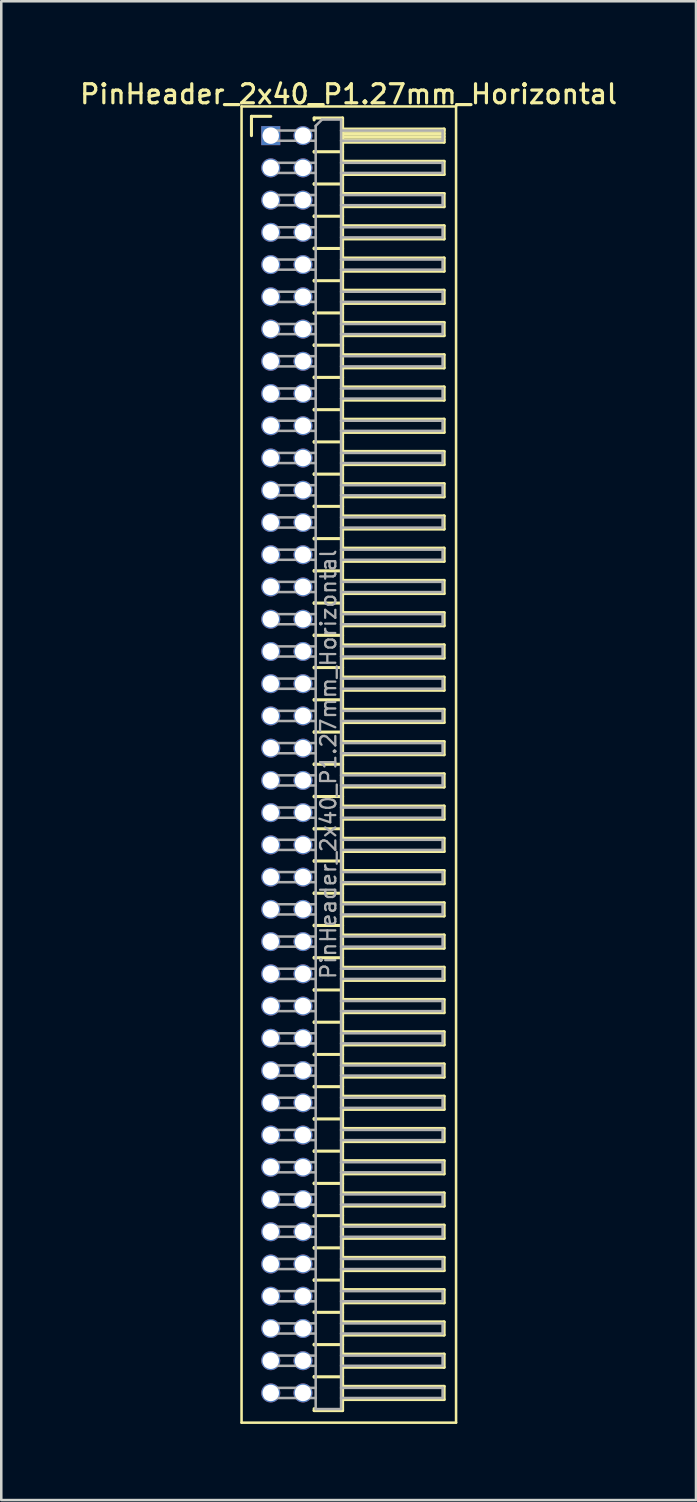
<source format=kicad_pcb>
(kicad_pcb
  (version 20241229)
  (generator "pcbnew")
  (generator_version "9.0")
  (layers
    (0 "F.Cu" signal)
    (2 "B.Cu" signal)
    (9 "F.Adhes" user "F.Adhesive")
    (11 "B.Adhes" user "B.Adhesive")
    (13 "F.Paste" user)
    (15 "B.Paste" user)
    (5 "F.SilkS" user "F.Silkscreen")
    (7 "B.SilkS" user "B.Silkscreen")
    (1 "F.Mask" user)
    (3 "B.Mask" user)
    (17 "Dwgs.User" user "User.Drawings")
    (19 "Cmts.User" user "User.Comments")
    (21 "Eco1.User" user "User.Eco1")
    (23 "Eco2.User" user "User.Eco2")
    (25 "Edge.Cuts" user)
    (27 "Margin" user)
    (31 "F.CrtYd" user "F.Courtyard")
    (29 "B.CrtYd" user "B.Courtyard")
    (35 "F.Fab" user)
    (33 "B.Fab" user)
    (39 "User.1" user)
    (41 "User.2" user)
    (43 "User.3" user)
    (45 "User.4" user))
  (footprint "PinHeader_2x40_P1.27mm_Horizontal"
    (layer "F.Cu")
    (at 7.616 2.293)
    (property "Reference" "PinHeader_2x40_P1.27mm_Horizontal" (at 3.067 -1.635 0) (layer "F.SilkS") (effects (font (size 0.75 0.75) (thickness 0.125))))
    (attr through_hole)
    (fp_line (start -1.15 -1.15) (end -1.15 50.7) (stroke (width 0.1) (type solid)) (layer "F.SilkS"))
    (fp_line (start -1.15 50.7) (end 7.3 50.7) (stroke (width 0.1) (type solid)) (layer "F.SilkS"))
    (fp_line (start -0.76 -0.76) (end 0 -0.76) (stroke (width 0.12) (type solid)) (layer "F.SilkS"))
    (fp_line (start -0.76 0) (end -0.76 -0.76) (stroke (width 0.12) (type solid)) (layer "F.SilkS"))
    (fp_line (start 1.71 -0.695) (end 2.83 -0.695) (stroke (width 0.12) (type solid)) (layer "F.SilkS"))
    (fp_line (start 1.71 -0.62) (end 1.71 -0.695) (stroke (width 0.12) (type solid)) (layer "F.SilkS"))
    (fp_line (start 1.71 0.62) (end 1.71 0.65) (stroke (width 0.12) (type solid)) (layer "F.SilkS"))
    (fp_line (start 1.71 0.635) (end 2.83 0.635) (stroke (width 0.12) (type solid)) (layer "F.SilkS"))
    (fp_line (start 1.71 1.89) (end 1.71 1.92) (stroke (width 0.12) (type solid)) (layer "F.SilkS"))
    (fp_line (start 1.71 1.905) (end 2.83 1.905) (stroke (width 0.12) (type solid)) (layer "F.SilkS"))
    (fp_line (start 1.71 3.16) (end 1.71 3.19) (stroke (width 0.12) (type solid)) (layer "F.SilkS"))
    (fp_line (start 1.71 3.175) (end 2.83 3.175) (stroke (width 0.12) (type solid)) (layer "F.SilkS"))
    (fp_line (start 1.71 4.43) (end 1.71 4.46) (stroke (width 0.12) (type solid)) (layer "F.SilkS"))
    (fp_line (start 1.71 4.445) (end 2.83 4.445) (stroke (width 0.12) (type solid)) (layer "F.SilkS"))
    (fp_line (start 1.71 5.7) (end 1.71 5.73) (stroke (width 0.12) (type solid)) (layer "F.SilkS"))
    (fp_line (start 1.71 5.715) (end 2.83 5.715) (stroke (width 0.12) (type solid)) (layer "F.SilkS"))
    (fp_line (start 1.71 6.97) (end 1.71 7) (stroke (width 0.12) (type solid)) (layer "F.SilkS"))
    (fp_line (start 1.71 6.985) (end 2.83 6.985) (stroke (width 0.12) (type solid)) (layer "F.SilkS"))
    (fp_line (start 1.71 8.24) (end 1.71 8.27) (stroke (width 0.12) (type solid)) (layer "F.SilkS"))
    (fp_line (start 1.71 8.255) (end 2.83 8.255) (stroke (width 0.12) (type solid)) (layer "F.SilkS"))
    (fp_line (start 1.71 9.51) (end 1.71 9.54) (stroke (width 0.12) (type solid)) (layer "F.SilkS"))
    (fp_line (start 1.71 9.525) (end 2.83 9.525) (stroke (width 0.12) (type solid)) (layer "F.SilkS"))
    (fp_line (start 1.71 10.78) (end 1.71 10.81) (stroke (width 0.12) (type solid)) (layer "F.SilkS"))
    (fp_line (start 1.71 10.795) (end 2.83 10.795) (stroke (width 0.12) (type solid)) (layer "F.SilkS"))
    (fp_line (start 1.71 12.05) (end 1.71 12.08) (stroke (width 0.12) (type solid)) (layer "F.SilkS"))
    (fp_line (start 1.71 12.065) (end 2.83 12.065) (stroke (width 0.12) (type solid)) (layer "F.SilkS"))
    (fp_line (start 1.71 13.32) (end 1.71 13.35) (stroke (width 0.12) (type solid)) (layer "F.SilkS"))
    (fp_line (start 1.71 13.335) (end 2.83 13.335) (stroke (width 0.12) (type solid)) (layer "F.SilkS"))
    (fp_line (start 1.71 14.59) (end 1.71 14.62) (stroke (width 0.12) (type solid)) (layer "F.SilkS"))
    (fp_line (start 1.71 14.605) (end 2.83 14.605) (stroke (width 0.12) (type solid)) (layer "F.SilkS"))
    (fp_line (start 1.71 15.86) (end 1.71 15.89) (stroke (width 0.12) (type solid)) (layer "F.SilkS"))
    (fp_line (start 1.71 15.875) (end 2.83 15.875) (stroke (width 0.12) (type solid)) (layer "F.SilkS"))
    (fp_line (start 1.71 17.13) (end 1.71 17.16) (stroke (width 0.12) (type solid)) (layer "F.SilkS"))
    (fp_line (start 1.71 17.145) (end 2.83 17.145) (stroke (width 0.12) (type solid)) (layer "F.SilkS"))
    (fp_line (start 1.71 18.4) (end 1.71 18.43) (stroke (width 0.12) (type solid)) (layer "F.SilkS"))
    (fp_line (start 1.71 18.415) (end 2.83 18.415) (stroke (width 0.12) (type solid)) (layer "F.SilkS"))
    (fp_line (start 1.71 19.67) (end 1.71 19.7) (stroke (width 0.12) (type solid)) (layer "F.SilkS"))
    (fp_line (start 1.71 19.685) (end 2.83 19.685) (stroke (width 0.12) (type solid)) (layer "F.SilkS"))
    (fp_line (start 1.71 20.94) (end 1.71 20.97) (stroke (width 0.12) (type solid)) (layer "F.SilkS"))
    (fp_line (start 1.71 20.955) (end 2.83 20.955) (stroke (width 0.12) (type solid)) (layer "F.SilkS"))
    (fp_line (start 1.71 22.21) (end 1.71 22.24) (stroke (width 0.12) (type solid)) (layer "F.SilkS"))
    (fp_line (start 1.71 22.225) (end 2.83 22.225) (stroke (width 0.12) (type solid)) (layer "F.SilkS"))
    (fp_line (start 1.71 23.48) (end 1.71 23.51) (stroke (width 0.12) (type solid)) (layer "F.SilkS"))
    (fp_line (start 1.71 23.495) (end 2.83 23.495) (stroke (width 0.12) (type solid)) (layer "F.SilkS"))
    (fp_line (start 1.71 24.75) (end 1.71 24.78) (stroke (width 0.12) (type solid)) (layer "F.SilkS"))
    (fp_line (start 1.71 24.765) (end 2.83 24.765) (stroke (width 0.12) (type solid)) (layer "F.SilkS"))
    (fp_line (start 1.71 26.02) (end 1.71 26.05) (stroke (width 0.12) (type solid)) (layer "F.SilkS"))
    (fp_line (start 1.71 26.035) (end 2.83 26.035) (stroke (width 0.12) (type solid)) (layer "F.SilkS"))
    (fp_line (start 1.71 27.29) (end 1.71 27.32) (stroke (width 0.12) (type solid)) (layer "F.SilkS"))
    (fp_line (start 1.71 27.305) (end 2.83 27.305) (stroke (width 0.12) (type solid)) (layer "F.SilkS"))
    (fp_line (start 1.71 28.56) (end 1.71 28.59) (stroke (width 0.12) (type solid)) (layer "F.SilkS"))
    (fp_line (start 1.71 28.575) (end 2.83 28.575) (stroke (width 0.12) (type solid)) (layer "F.SilkS"))
    (fp_line (start 1.71 29.83) (end 1.71 29.86) (stroke (width 0.12) (type solid)) (layer "F.SilkS"))
    (fp_line (start 1.71 29.845) (end 2.83 29.845) (stroke (width 0.12) (type solid)) (layer "F.SilkS"))
    (fp_line (start 1.71 31.1) (end 1.71 31.13) (stroke (width 0.12) (type solid)) (layer "F.SilkS"))
    (fp_line (start 1.71 31.115) (end 2.83 31.115) (stroke (width 0.12) (type solid)) (layer "F.SilkS"))
    (fp_line (start 1.71 32.37) (end 1.71 32.4) (stroke (width 0.12) (type solid)) (layer "F.SilkS"))
    (fp_line (start 1.71 32.385) (end 2.83 32.385) (stroke (width 0.12) (type solid)) (layer "F.SilkS"))
    (fp_line (start 1.71 33.64) (end 1.71 33.67) (stroke (width 0.12) (type solid)) (layer "F.SilkS"))
    (fp_line (start 1.71 33.655) (end 2.83 33.655) (stroke (width 0.12) (type solid)) (layer "F.SilkS"))
    (fp_line (start 1.71 34.91) (end 1.71 34.94) (stroke (width 0.12) (type solid)) (layer "F.SilkS"))
    (fp_line (start 1.71 34.925) (end 2.83 34.925) (stroke (width 0.12) (type solid)) (layer "F.SilkS"))
    (fp_line (start 1.71 36.18) (end 1.71 36.21) (stroke (width 0.12) (type solid)) (layer "F.SilkS"))
    (fp_line (start 1.71 36.195) (end 2.83 36.195) (stroke (width 0.12) (type solid)) (layer "F.SilkS"))
    (fp_line (start 1.71 37.45) (end 1.71 37.48) (stroke (width 0.12) (type solid)) (layer "F.SilkS"))
    (fp_line (start 1.71 37.465) (end 2.83 37.465) (stroke (width 0.12) (type solid)) (layer "F.SilkS"))
    (fp_line (start 1.71 38.72) (end 1.71 38.75) (stroke (width 0.12) (type solid)) (layer "F.SilkS"))
    (fp_line (start 1.71 38.735) (end 2.83 38.735) (stroke (width 0.12) (type solid)) (layer "F.SilkS"))
    (fp_line (start 1.71 39.99) (end 1.71 40.02) (stroke (width 0.12) (type solid)) (layer "F.SilkS"))
    (fp_line (start 1.71 40.005) (end 2.83 40.005) (stroke (width 0.12) (type solid)) (layer "F.SilkS"))
    (fp_line (start 1.71 41.26) (end 1.71 41.29) (stroke (width 0.12) (type solid)) (layer "F.SilkS"))
    (fp_line (start 1.71 41.275) (end 2.83 41.275) (stroke (width 0.12) (type solid)) (layer "F.SilkS"))
    (fp_line (start 1.71 42.53) (end 1.71 42.56) (stroke (width 0.12) (type solid)) (layer "F.SilkS"))
    (fp_line (start 1.71 42.545) (end 2.83 42.545) (stroke (width 0.12) (type solid)) (layer "F.SilkS"))
    (fp_line (start 1.71 43.8) (end 1.71 43.83) (stroke (width 0.12) (type solid)) (layer "F.SilkS"))
    (fp_line (start 1.71 43.815) (end 2.83 43.815) (stroke (width 0.12) (type solid)) (layer "F.SilkS"))
    (fp_line (start 1.71 45.07) (end 1.71 45.1) (stroke (width 0.12) (type solid)) (layer "F.SilkS"))
    (fp_line (start 1.71 45.085) (end 2.83 45.085) (stroke (width 0.12) (type solid)) (layer "F.SilkS"))
    (fp_line (start 1.71 46.34) (end 1.71 46.37) (stroke (width 0.12) (type solid)) (layer "F.SilkS"))
    (fp_line (start 1.71 46.355) (end 2.83 46.355) (stroke (width 0.12) (type solid)) (layer "F.SilkS"))
    (fp_line (start 1.71 47.61) (end 1.71 47.64) (stroke (width 0.12) (type solid)) (layer "F.SilkS"))
    (fp_line (start 1.71 47.625) (end 2.83 47.625) (stroke (width 0.12) (type solid)) (layer "F.SilkS"))
    (fp_line (start 1.71 48.88) (end 1.71 48.91) (stroke (width 0.12) (type solid)) (layer "F.SilkS"))
    (fp_line (start 1.71 48.895) (end 2.83 48.895) (stroke (width 0.12) (type solid)) (layer "F.SilkS"))
    (fp_line (start 1.71 50.225) (end 1.71 50.15) (stroke (width 0.12) (type solid)) (layer "F.SilkS"))
    (fp_line (start 2.83 -0.695) (end 2.83 50.225) (stroke (width 0.12) (type solid)) (layer "F.SilkS"))
    (fp_line (start 2.83 -0.26) (end 6.83 -0.26) (stroke (width 0.12) (type solid)) (layer "F.SilkS"))
    (fp_line (start 2.83 -0.2) (end 6.83 -0.2) (stroke (width 0.12) (type solid)) (layer "F.SilkS"))
    (fp_line (start 2.83 -0.08) (end 6.83 -0.08) (stroke (width 0.12) (type solid)) (layer "F.SilkS"))
    (fp_line (start 2.83 0.04) (end 6.83 0.04) (stroke (width 0.12) (type solid)) (layer "F.SilkS"))
    (fp_line (start 2.83 0.16) (end 6.83 0.16) (stroke (width 0.12) (type solid)) (layer "F.SilkS"))
    (fp_line (start 2.83 1.01) (end 6.83 1.01) (stroke (width 0.12) (type solid)) (layer "F.SilkS"))
    (fp_line (start 2.83 2.28) (end 6.83 2.28) (stroke (width 0.12) (type solid)) (layer "F.SilkS"))
    (fp_line (start 2.83 3.55) (end 6.83 3.55) (stroke (width 0.12) (type solid)) (layer "F.SilkS"))
    (fp_line (start 2.83 4.82) (end 6.83 4.82) (stroke (width 0.12) (type solid)) (layer "F.SilkS"))
    (fp_line (start 2.83 6.09) (end 6.83 6.09) (stroke (width 0.12) (type solid)) (layer "F.SilkS"))
    (fp_line (start 2.83 7.36) (end 6.83 7.36) (stroke (width 0.12) (type solid)) (layer "F.SilkS"))
    (fp_line (start 2.83 8.63) (end 6.83 8.63) (stroke (width 0.12) (type solid)) (layer "F.SilkS"))
    (fp_line (start 2.83 9.9) (end 6.83 9.9) (stroke (width 0.12) (type solid)) (layer "F.SilkS"))
    (fp_line (start 2.83 11.17) (end 6.83 11.17) (stroke (width 0.12) (type solid)) (layer "F.SilkS"))
    (fp_line (start 2.83 12.44) (end 6.83 12.44) (stroke (width 0.12) (type solid)) (layer "F.SilkS"))
    (fp_line (start 2.83 13.71) (end 6.83 13.71) (stroke (width 0.12) (type solid)) (layer "F.SilkS"))
    (fp_line (start 2.83 14.98) (end 6.83 14.98) (stroke (width 0.12) (type solid)) (layer "F.SilkS"))
    (fp_line (start 2.83 16.25) (end 6.83 16.25) (stroke (width 0.12) (type solid)) (layer "F.SilkS"))
    (fp_line (start 2.83 17.52) (end 6.83 17.52) (stroke (width 0.12) (type solid)) (layer "F.SilkS"))
    (fp_line (start 2.83 18.79) (end 6.83 18.79) (stroke (width 0.12) (type solid)) (layer "F.SilkS"))
    (fp_line (start 2.83 20.06) (end 6.83 20.06) (stroke (width 0.12) (type solid)) (layer "F.SilkS"))
    (fp_line (start 2.83 21.33) (end 6.83 21.33) (stroke (width 0.12) (type solid)) (layer "F.SilkS"))
    (fp_line (start 2.83 22.6) (end 6.83 22.6) (stroke (width 0.12) (type solid)) (layer "F.SilkS"))
    (fp_line (start 2.83 23.87) (end 6.83 23.87) (stroke (width 0.12) (type solid)) (layer "F.SilkS"))
    (fp_line (start 2.83 25.14) (end 6.83 25.14) (stroke (width 0.12) (type solid)) (layer "F.SilkS"))
    (fp_line (start 2.83 26.41) (end 6.83 26.41) (stroke (width 0.12) (type solid)) (layer "F.SilkS"))
    (fp_line (start 2.83 27.68) (end 6.83 27.68) (stroke (width 0.12) (type solid)) (layer "F.SilkS"))
    (fp_line (start 2.83 28.95) (end 6.83 28.95) (stroke (width 0.12) (type solid)) (layer "F.SilkS"))
    (fp_line (start 2.83 30.22) (end 6.83 30.22) (stroke (width 0.12) (type solid)) (layer "F.SilkS"))
    (fp_line (start 2.83 31.49) (end 6.83 31.49) (stroke (width 0.12) (type solid)) (layer "F.SilkS"))
    (fp_line (start 2.83 32.76) (end 6.83 32.76) (stroke (width 0.12) (type solid)) (layer "F.SilkS"))
    (fp_line (start 2.83 34.03) (end 6.83 34.03) (stroke (width 0.12) (type solid)) (layer "F.SilkS"))
    (fp_line (start 2.83 35.3) (end 6.83 35.3) (stroke (width 0.12) (type solid)) (layer "F.SilkS"))
    (fp_line (start 2.83 36.57) (end 6.83 36.57) (stroke (width 0.12) (type solid)) (layer "F.SilkS"))
    (fp_line (start 2.83 37.84) (end 6.83 37.84) (stroke (width 0.12) (type solid)) (layer "F.SilkS"))
    (fp_line (start 2.83 39.11) (end 6.83 39.11) (stroke (width 0.12) (type solid)) (layer "F.SilkS"))
    (fp_line (start 2.83 40.38) (end 6.83 40.38) (stroke (width 0.12) (type solid)) (layer "F.SilkS"))
    (fp_line (start 2.83 41.65) (end 6.83 41.65) (stroke (width 0.12) (type solid)) (layer "F.SilkS"))
    (fp_line (start 2.83 42.92) (end 6.83 42.92) (stroke (width 0.12) (type solid)) (layer "F.SilkS"))
    (fp_line (start 2.83 44.19) (end 6.83 44.19) (stroke (width 0.12) (type solid)) (layer "F.SilkS"))
    (fp_line (start 2.83 45.46) (end 6.83 45.46) (stroke (width 0.12) (type solid)) (layer "F.SilkS"))
    (fp_line (start 2.83 46.73) (end 6.83 46.73) (stroke (width 0.12) (type solid)) (layer "F.SilkS"))
    (fp_line (start 2.83 48) (end 6.83 48) (stroke (width 0.12) (type solid)) (layer "F.SilkS"))
    (fp_line (start 2.83 49.27) (end 6.83 49.27) (stroke (width 0.12) (type solid)) (layer "F.SilkS"))
    (fp_line (start 2.83 50.225) (end 1.71 50.225) (stroke (width 0.12) (type solid)) (layer "F.SilkS"))
    (fp_line (start 6.83 -0.26) (end 6.83 0.26) (stroke (width 0.12) (type solid)) (layer "F.SilkS"))
    (fp_line (start 6.83 0.26) (end 2.83 0.26) (stroke (width 0.12) (type solid)) (layer "F.SilkS"))
    (fp_line (start 6.83 1.01) (end 6.83 1.53) (stroke (width 0.12) (type solid)) (layer "F.SilkS"))
    (fp_line (start 6.83 1.53) (end 2.83 1.53) (stroke (width 0.12) (type solid)) (layer "F.SilkS"))
    (fp_line (start 6.83 2.28) (end 6.83 2.8) (stroke (width 0.12) (type solid)) (layer "F.SilkS"))
    (fp_line (start 6.83 2.8) (end 2.83 2.8) (stroke (width 0.12) (type solid)) (layer "F.SilkS"))
    (fp_line (start 6.83 3.55) (end 6.83 4.07) (stroke (width 0.12) (type solid)) (layer "F.SilkS"))
    (fp_line (start 6.83 4.07) (end 2.83 4.07) (stroke (width 0.12) (type solid)) (layer "F.SilkS"))
    (fp_line (start 6.83 4.82) (end 6.83 5.34) (stroke (width 0.12) (type solid)) (layer "F.SilkS"))
    (fp_line (start 6.83 5.34) (end 2.83 5.34) (stroke (width 0.12) (type solid)) (layer "F.SilkS"))
    (fp_line (start 6.83 6.09) (end 6.83 6.61) (stroke (width 0.12) (type solid)) (layer "F.SilkS"))
    (fp_line (start 6.83 6.61) (end 2.83 6.61) (stroke (width 0.12) (type solid)) (layer "F.SilkS"))
    (fp_line (start 6.83 7.36) (end 6.83 7.88) (stroke (width 0.12) (type solid)) (layer "F.SilkS"))
    (fp_line (start 6.83 7.88) (end 2.83 7.88) (stroke (width 0.12) (type solid)) (layer "F.SilkS"))
    (fp_line (start 6.83 8.63) (end 6.83 9.15) (stroke (width 0.12) (type solid)) (layer "F.SilkS"))
    (fp_line (start 6.83 9.15) (end 2.83 9.15) (stroke (width 0.12) (type solid)) (layer "F.SilkS"))
    (fp_line (start 6.83 9.9) (end 6.83 10.42) (stroke (width 0.12) (type solid)) (layer "F.SilkS"))
    (fp_line (start 6.83 10.42) (end 2.83 10.42) (stroke (width 0.12) (type solid)) (layer "F.SilkS"))
    (fp_line (start 6.83 11.17) (end 6.83 11.69) (stroke (width 0.12) (type solid)) (layer "F.SilkS"))
    (fp_line (start 6.83 11.69) (end 2.83 11.69) (stroke (width 0.12) (type solid)) (layer "F.SilkS"))
    (fp_line (start 6.83 12.44) (end 6.83 12.96) (stroke (width 0.12) (type solid)) (layer "F.SilkS"))
    (fp_line (start 6.83 12.96) (end 2.83 12.96) (stroke (width 0.12) (type solid)) (layer "F.SilkS"))
    (fp_line (start 6.83 13.71) (end 6.83 14.23) (stroke (width 0.12) (type solid)) (layer "F.SilkS"))
    (fp_line (start 6.83 14.23) (end 2.83 14.23) (stroke (width 0.12) (type solid)) (layer "F.SilkS"))
    (fp_line (start 6.83 14.98) (end 6.83 15.5) (stroke (width 0.12) (type solid)) (layer "F.SilkS"))
    (fp_line (start 6.83 15.5) (end 2.83 15.5) (stroke (width 0.12) (type solid)) (layer "F.SilkS"))
    (fp_line (start 6.83 16.25) (end 6.83 16.77) (stroke (width 0.12) (type solid)) (layer "F.SilkS"))
    (fp_line (start 6.83 16.77) (end 2.83 16.77) (stroke (width 0.12) (type solid)) (layer "F.SilkS"))
    (fp_line (start 6.83 17.52) (end 6.83 18.04) (stroke (width 0.12) (type solid)) (layer "F.SilkS"))
    (fp_line (start 6.83 18.04) (end 2.83 18.04) (stroke (width 0.12) (type solid)) (layer "F.SilkS"))
    (fp_line (start 6.83 18.79) (end 6.83 19.31) (stroke (width 0.12) (type solid)) (layer "F.SilkS"))
    (fp_line (start 6.83 19.31) (end 2.83 19.31) (stroke (width 0.12) (type solid)) (layer "F.SilkS"))
    (fp_line (start 6.83 20.06) (end 6.83 20.58) (stroke (width 0.12) (type solid)) (layer "F.SilkS"))
    (fp_line (start 6.83 20.58) (end 2.83 20.58) (stroke (width 0.12) (type solid)) (layer "F.SilkS"))
    (fp_line (start 6.83 21.33) (end 6.83 21.85) (stroke (width 0.12) (type solid)) (layer "F.SilkS"))
    (fp_line (start 6.83 21.85) (end 2.83 21.85) (stroke (width 0.12) (type solid)) (layer "F.SilkS"))
    (fp_line (start 6.83 22.6) (end 6.83 23.12) (stroke (width 0.12) (type solid)) (layer "F.SilkS"))
    (fp_line (start 6.83 23.12) (end 2.83 23.12) (stroke (width 0.12) (type solid)) (layer "F.SilkS"))
    (fp_line (start 6.83 23.87) (end 6.83 24.39) (stroke (width 0.12) (type solid)) (layer "F.SilkS"))
    (fp_line (start 6.83 24.39) (end 2.83 24.39) (stroke (width 0.12) (type solid)) (layer "F.SilkS"))
    (fp_line (start 6.83 25.14) (end 6.83 25.66) (stroke (width 0.12) (type solid)) (layer "F.SilkS"))
    (fp_line (start 6.83 25.66) (end 2.83 25.66) (stroke (width 0.12) (type solid)) (layer "F.SilkS"))
    (fp_line (start 6.83 26.41) (end 6.83 26.93) (stroke (width 0.12) (type solid)) (layer "F.SilkS"))
    (fp_line (start 6.83 26.93) (end 2.83 26.93) (stroke (width 0.12) (type solid)) (layer "F.SilkS"))
    (fp_line (start 6.83 27.68) (end 6.83 28.2) (stroke (width 0.12) (type solid)) (layer "F.SilkS"))
    (fp_line (start 6.83 28.2) (end 2.83 28.2) (stroke (width 0.12) (type solid)) (layer "F.SilkS"))
    (fp_line (start 6.83 28.95) (end 6.83 29.47) (stroke (width 0.12) (type solid)) (layer "F.SilkS"))
    (fp_line (start 6.83 29.47) (end 2.83 29.47) (stroke (width 0.12) (type solid)) (layer "F.SilkS"))
    (fp_line (start 6.83 30.22) (end 6.83 30.74) (stroke (width 0.12) (type solid)) (layer "F.SilkS"))
    (fp_line (start 6.83 30.74) (end 2.83 30.74) (stroke (width 0.12) (type solid)) (layer "F.SilkS"))
    (fp_line (start 6.83 31.49) (end 6.83 32.01) (stroke (width 0.12) (type solid)) (layer "F.SilkS"))
    (fp_line (start 6.83 32.01) (end 2.83 32.01) (stroke (width 0.12) (type solid)) (layer "F.SilkS"))
    (fp_line (start 6.83 32.76) (end 6.83 33.28) (stroke (width 0.12) (type solid)) (layer "F.SilkS"))
    (fp_line (start 6.83 33.28) (end 2.83 33.28) (stroke (width 0.12) (type solid)) (layer "F.SilkS"))
    (fp_line (start 6.83 34.03) (end 6.83 34.55) (stroke (width 0.12) (type solid)) (layer "F.SilkS"))
    (fp_line (start 6.83 34.55) (end 2.83 34.55) (stroke (width 0.12) (type solid)) (layer "F.SilkS"))
    (fp_line (start 6.83 35.3) (end 6.83 35.82) (stroke (width 0.12) (type solid)) (layer "F.SilkS"))
    (fp_line (start 6.83 35.82) (end 2.83 35.82) (stroke (width 0.12) (type solid)) (layer "F.SilkS"))
    (fp_line (start 6.83 36.57) (end 6.83 37.09) (stroke (width 0.12) (type solid)) (layer "F.SilkS"))
    (fp_line (start 6.83 37.09) (end 2.83 37.09) (stroke (width 0.12) (type solid)) (layer "F.SilkS"))
    (fp_line (start 6.83 37.84) (end 6.83 38.36) (stroke (width 0.12) (type solid)) (layer "F.SilkS"))
    (fp_line (start 6.83 38.36) (end 2.83 38.36) (stroke (width 0.12) (type solid)) (layer "F.SilkS"))
    (fp_line (start 6.83 39.11) (end 6.83 39.63) (stroke (width 0.12) (type solid)) (layer "F.SilkS"))
    (fp_line (start 6.83 39.63) (end 2.83 39.63) (stroke (width 0.12) (type solid)) (layer "F.SilkS"))
    (fp_line (start 6.83 40.38) (end 6.83 40.9) (stroke (width 0.12) (type solid)) (layer "F.SilkS"))
    (fp_line (start 6.83 40.9) (end 2.83 40.9) (stroke (width 0.12) (type solid)) (layer "F.SilkS"))
    (fp_line (start 6.83 41.65) (end 6.83 42.17) (stroke (width 0.12) (type solid)) (layer "F.SilkS"))
    (fp_line (start 6.83 42.17) (end 2.83 42.17) (stroke (width 0.12) (type solid)) (layer "F.SilkS"))
    (fp_line (start 6.83 42.92) (end 6.83 43.44) (stroke (width 0.12) (type solid)) (layer "F.SilkS"))
    (fp_line (start 6.83 43.44) (end 2.83 43.44) (stroke (width 0.12) (type solid)) (layer "F.SilkS"))
    (fp_line (start 6.83 44.19) (end 6.83 44.71) (stroke (width 0.12) (type solid)) (layer "F.SilkS"))
    (fp_line (start 6.83 44.71) (end 2.83 44.71) (stroke (width 0.12) (type solid)) (layer "F.SilkS"))
    (fp_line (start 6.83 45.46) (end 6.83 45.98) (stroke (width 0.12) (type solid)) (layer "F.SilkS"))
    (fp_line (start 6.83 45.98) (end 2.83 45.98) (stroke (width 0.12) (type solid)) (layer "F.SilkS"))
    (fp_line (start 6.83 46.73) (end 6.83 47.25) (stroke (width 0.12) (type solid)) (layer "F.SilkS"))
    (fp_line (start 6.83 47.25) (end 2.83 47.25) (stroke (width 0.12) (type solid)) (layer "F.SilkS"))
    (fp_line (start 6.83 48) (end 6.83 48.52) (stroke (width 0.12) (type solid)) (layer "F.SilkS"))
    (fp_line (start 6.83 48.52) (end 2.83 48.52) (stroke (width 0.12) (type solid)) (layer "F.SilkS"))
    (fp_line (start 6.83 49.27) (end 6.83 49.79) (stroke (width 0.12) (type solid)) (layer "F.SilkS"))
    (fp_line (start 6.83 49.79) (end 2.83 49.79) (stroke (width 0.12) (type solid)) (layer "F.SilkS"))
    (fp_line (start 7.3 -1.15) (end -1.15 -1.15) (stroke (width 0.1) (type solid)) (layer "F.SilkS"))
    (fp_line (start 7.3 50.7) (end 7.3 -1.15) (stroke (width 0.1) (type solid)) (layer "F.SilkS"))
    (fp_line (start -0.2 -0.2) (end -0.2 0.2) (stroke (width 0.1) (type solid)) (layer "F.Fab"))
    (fp_line (start -0.2 -0.2) (end 1.77 -0.2) (stroke (width 0.1) (type solid)) (layer "F.Fab"))
    (fp_line (start -0.2 0.2) (end 1.77 0.2) (stroke (width 0.1) (type solid)) (layer "F.Fab"))
    (fp_line (start -0.2 1.07) (end -0.2 1.47) (stroke (width 0.1) (type solid)) (layer "F.Fab"))
    (fp_line (start -0.2 1.07) (end 1.77 1.07) (stroke (width 0.1) (type solid)) (layer "F.Fab"))
    (fp_line (start -0.2 1.47) (end 1.77 1.47) (stroke (width 0.1) (type solid)) (layer "F.Fab"))
    (fp_line (start -0.2 2.34) (end -0.2 2.74) (stroke (width 0.1) (type solid)) (layer "F.Fab"))
    (fp_line (start -0.2 2.34) (end 1.77 2.34) (stroke (width 0.1) (type solid)) (layer "F.Fab"))
    (fp_line (start -0.2 2.74) (end 1.77 2.74) (stroke (width 0.1) (type solid)) (layer "F.Fab"))
    (fp_line (start -0.2 3.61) (end -0.2 4.01) (stroke (width 0.1) (type solid)) (layer "F.Fab"))
    (fp_line (start -0.2 3.61) (end 1.77 3.61) (stroke (width 0.1) (type solid)) (layer "F.Fab"))
    (fp_line (start -0.2 4.01) (end 1.77 4.01) (stroke (width 0.1) (type solid)) (layer "F.Fab"))
    (fp_line (start -0.2 4.88) (end -0.2 5.28) (stroke (width 0.1) (type solid)) (layer "F.Fab"))
    (fp_line (start -0.2 4.88) (end 1.77 4.88) (stroke (width 0.1) (type solid)) (layer "F.Fab"))
    (fp_line (start -0.2 5.28) (end 1.77 5.28) (stroke (width 0.1) (type solid)) (layer "F.Fab"))
    (fp_line (start -0.2 6.15) (end -0.2 6.55) (stroke (width 0.1) (type solid)) (layer "F.Fab"))
    (fp_line (start -0.2 6.15) (end 1.77 6.15) (stroke (width 0.1) (type solid)) (layer "F.Fab"))
    (fp_line (start -0.2 6.55) (end 1.77 6.55) (stroke (width 0.1) (type solid)) (layer "F.Fab"))
    (fp_line (start -0.2 7.42) (end -0.2 7.82) (stroke (width 0.1) (type solid)) (layer "F.Fab"))
    (fp_line (start -0.2 7.42) (end 1.77 7.42) (stroke (width 0.1) (type solid)) (layer "F.Fab"))
    (fp_line (start -0.2 7.82) (end 1.77 7.82) (stroke (width 0.1) (type solid)) (layer "F.Fab"))
    (fp_line (start -0.2 8.69) (end -0.2 9.09) (stroke (width 0.1) (type solid)) (layer "F.Fab"))
    (fp_line (start -0.2 8.69) (end 1.77 8.69) (stroke (width 0.1) (type solid)) (layer "F.Fab"))
    (fp_line (start -0.2 9.09) (end 1.77 9.09) (stroke (width 0.1) (type solid)) (layer "F.Fab"))
    (fp_line (start -0.2 9.96) (end -0.2 10.36) (stroke (width 0.1) (type solid)) (layer "F.Fab"))
    (fp_line (start -0.2 9.96) (end 1.77 9.96) (stroke (width 0.1) (type solid)) (layer "F.Fab"))
    (fp_line (start -0.2 10.36) (end 1.77 10.36) (stroke (width 0.1) (type solid)) (layer "F.Fab"))
    (fp_line (start -0.2 11.23) (end -0.2 11.63) (stroke (width 0.1) (type solid)) (layer "F.Fab"))
    (fp_line (start -0.2 11.23) (end 1.77 11.23) (stroke (width 0.1) (type solid)) (layer "F.Fab"))
    (fp_line (start -0.2 11.63) (end 1.77 11.63) (stroke (width 0.1) (type solid)) (layer "F.Fab"))
    (fp_line (start -0.2 12.5) (end -0.2 12.9) (stroke (width 0.1) (type solid)) (layer "F.Fab"))
    (fp_line (start -0.2 12.5) (end 1.77 12.5) (stroke (width 0.1) (type solid)) (layer "F.Fab"))
    (fp_line (start -0.2 12.9) (end 1.77 12.9) (stroke (width 0.1) (type solid)) (layer "F.Fab"))
    (fp_line (start -0.2 13.77) (end -0.2 14.17) (stroke (width 0.1) (type solid)) (layer "F.Fab"))
    (fp_line (start -0.2 13.77) (end 1.77 13.77) (stroke (width 0.1) (type solid)) (layer "F.Fab"))
    (fp_line (start -0.2 14.17) (end 1.77 14.17) (stroke (width 0.1) (type solid)) (layer "F.Fab"))
    (fp_line (start -0.2 15.04) (end -0.2 15.44) (stroke (width 0.1) (type solid)) (layer "F.Fab"))
    (fp_line (start -0.2 15.04) (end 1.77 15.04) (stroke (width 0.1) (type solid)) (layer "F.Fab"))
    (fp_line (start -0.2 15.44) (end 1.77 15.44) (stroke (width 0.1) (type solid)) (layer "F.Fab"))
    (fp_line (start -0.2 16.31) (end -0.2 16.71) (stroke (width 0.1) (type solid)) (layer "F.Fab"))
    (fp_line (start -0.2 16.31) (end 1.77 16.31) (stroke (width 0.1) (type solid)) (layer "F.Fab"))
    (fp_line (start -0.2 16.71) (end 1.77 16.71) (stroke (width 0.1) (type solid)) (layer "F.Fab"))
    (fp_line (start -0.2 17.58) (end -0.2 17.98) (stroke (width 0.1) (type solid)) (layer "F.Fab"))
    (fp_line (start -0.2 17.58) (end 1.77 17.58) (stroke (width 0.1) (type solid)) (layer "F.Fab"))
    (fp_line (start -0.2 17.98) (end 1.77 17.98) (stroke (width 0.1) (type solid)) (layer "F.Fab"))
    (fp_line (start -0.2 18.85) (end -0.2 19.25) (stroke (width 0.1) (type solid)) (layer "F.Fab"))
    (fp_line (start -0.2 18.85) (end 1.77 18.85) (stroke (width 0.1) (type solid)) (layer "F.Fab"))
    (fp_line (start -0.2 19.25) (end 1.77 19.25) (stroke (width 0.1) (type solid)) (layer "F.Fab"))
    (fp_line (start -0.2 20.12) (end -0.2 20.52) (stroke (width 0.1) (type solid)) (layer "F.Fab"))
    (fp_line (start -0.2 20.12) (end 1.77 20.12) (stroke (width 0.1) (type solid)) (layer "F.Fab"))
    (fp_line (start -0.2 20.52) (end 1.77 20.52) (stroke (width 0.1) (type solid)) (layer "F.Fab"))
    (fp_line (start -0.2 21.39) (end -0.2 21.79) (stroke (width 0.1) (type solid)) (layer "F.Fab"))
    (fp_line (start -0.2 21.39) (end 1.77 21.39) (stroke (width 0.1) (type solid)) (layer "F.Fab"))
    (fp_line (start -0.2 21.79) (end 1.77 21.79) (stroke (width 0.1) (type solid)) (layer "F.Fab"))
    (fp_line (start -0.2 22.66) (end -0.2 23.06) (stroke (width 0.1) (type solid)) (layer "F.Fab"))
    (fp_line (start -0.2 22.66) (end 1.77 22.66) (stroke (width 0.1) (type solid)) (layer "F.Fab"))
    (fp_line (start -0.2 23.06) (end 1.77 23.06) (stroke (width 0.1) (type solid)) (layer "F.Fab"))
    (fp_line (start -0.2 23.93) (end -0.2 24.33) (stroke (width 0.1) (type solid)) (layer "F.Fab"))
    (fp_line (start -0.2 23.93) (end 1.77 23.93) (stroke (width 0.1) (type solid)) (layer "F.Fab"))
    (fp_line (start -0.2 24.33) (end 1.77 24.33) (stroke (width 0.1) (type solid)) (layer "F.Fab"))
    (fp_line (start -0.2 25.2) (end -0.2 25.6) (stroke (width 0.1) (type solid)) (layer "F.Fab"))
    (fp_line (start -0.2 25.2) (end 1.77 25.2) (stroke (width 0.1) (type solid)) (layer "F.Fab"))
    (fp_line (start -0.2 25.6) (end 1.77 25.6) (stroke (width 0.1) (type solid)) (layer "F.Fab"))
    (fp_line (start -0.2 26.47) (end -0.2 26.87) (stroke (width 0.1) (type solid)) (layer "F.Fab"))
    (fp_line (start -0.2 26.47) (end 1.77 26.47) (stroke (width 0.1) (type solid)) (layer "F.Fab"))
    (fp_line (start -0.2 26.87) (end 1.77 26.87) (stroke (width 0.1) (type solid)) (layer "F.Fab"))
    (fp_line (start -0.2 27.74) (end -0.2 28.14) (stroke (width 0.1) (type solid)) (layer "F.Fab"))
    (fp_line (start -0.2 27.74) (end 1.77 27.74) (stroke (width 0.1) (type solid)) (layer "F.Fab"))
    (fp_line (start -0.2 28.14) (end 1.77 28.14) (stroke (width 0.1) (type solid)) (layer "F.Fab"))
    (fp_line (start -0.2 29.01) (end -0.2 29.41) (stroke (width 0.1) (type solid)) (layer "F.Fab"))
    (fp_line (start -0.2 29.01) (end 1.77 29.01) (stroke (width 0.1) (type solid)) (layer "F.Fab"))
    (fp_line (start -0.2 29.41) (end 1.77 29.41) (stroke (width 0.1) (type solid)) (layer "F.Fab"))
    (fp_line (start -0.2 30.28) (end -0.2 30.68) (stroke (width 0.1) (type solid)) (layer "F.Fab"))
    (fp_line (start -0.2 30.28) (end 1.77 30.28) (stroke (width 0.1) (type solid)) (layer "F.Fab"))
    (fp_line (start -0.2 30.68) (end 1.77 30.68) (stroke (width 0.1) (type solid)) (layer "F.Fab"))
    (fp_line (start -0.2 31.55) (end -0.2 31.95) (stroke (width 0.1) (type solid)) (layer "F.Fab"))
    (fp_line (start -0.2 31.55) (end 1.77 31.55) (stroke (width 0.1) (type solid)) (layer "F.Fab"))
    (fp_line (start -0.2 31.95) (end 1.77 31.95) (stroke (width 0.1) (type solid)) (layer "F.Fab"))
    (fp_line (start -0.2 32.82) (end -0.2 33.22) (stroke (width 0.1) (type solid)) (layer "F.Fab"))
    (fp_line (start -0.2 32.82) (end 1.77 32.82) (stroke (width 0.1) (type solid)) (layer "F.Fab"))
    (fp_line (start -0.2 33.22) (end 1.77 33.22) (stroke (width 0.1) (type solid)) (layer "F.Fab"))
    (fp_line (start -0.2 34.09) (end -0.2 34.49) (stroke (width 0.1) (type solid)) (layer "F.Fab"))
    (fp_line (start -0.2 34.09) (end 1.77 34.09) (stroke (width 0.1) (type solid)) (layer "F.Fab"))
    (fp_line (start -0.2 34.49) (end 1.77 34.49) (stroke (width 0.1) (type solid)) (layer "F.Fab"))
    (fp_line (start -0.2 35.36) (end -0.2 35.76) (stroke (width 0.1) (type solid)) (layer "F.Fab"))
    (fp_line (start -0.2 35.36) (end 1.77 35.36) (stroke (width 0.1) (type solid)) (layer "F.Fab"))
    (fp_line (start -0.2 35.76) (end 1.77 35.76) (stroke (width 0.1) (type solid)) (layer "F.Fab"))
    (fp_line (start -0.2 36.63) (end -0.2 37.03) (stroke (width 0.1) (type solid)) (layer "F.Fab"))
    (fp_line (start -0.2 36.63) (end 1.77 36.63) (stroke (width 0.1) (type solid)) (layer "F.Fab"))
    (fp_line (start -0.2 37.03) (end 1.77 37.03) (stroke (width 0.1) (type solid)) (layer "F.Fab"))
    (fp_line (start -0.2 37.9) (end -0.2 38.3) (stroke (width 0.1) (type solid)) (layer "F.Fab"))
    (fp_line (start -0.2 37.9) (end 1.77 37.9) (stroke (width 0.1) (type solid)) (layer "F.Fab"))
    (fp_line (start -0.2 38.3) (end 1.77 38.3) (stroke (width 0.1) (type solid)) (layer "F.Fab"))
    (fp_line (start -0.2 39.17) (end -0.2 39.57) (stroke (width 0.1) (type solid)) (layer "F.Fab"))
    (fp_line (start -0.2 39.17) (end 1.77 39.17) (stroke (width 0.1) (type solid)) (layer "F.Fab"))
    (fp_line (start -0.2 39.57) (end 1.77 39.57) (stroke (width 0.1) (type solid)) (layer "F.Fab"))
    (fp_line (start -0.2 40.44) (end -0.2 40.84) (stroke (width 0.1) (type solid)) (layer "F.Fab"))
    (fp_line (start -0.2 40.44) (end 1.77 40.44) (stroke (width 0.1) (type solid)) (layer "F.Fab"))
    (fp_line (start -0.2 40.84) (end 1.77 40.84) (stroke (width 0.1) (type solid)) (layer "F.Fab"))
    (fp_line (start -0.2 41.71) (end -0.2 42.11) (stroke (width 0.1) (type solid)) (layer "F.Fab"))
    (fp_line (start -0.2 41.71) (end 1.77 41.71) (stroke (width 0.1) (type solid)) (layer "F.Fab"))
    (fp_line (start -0.2 42.11) (end 1.77 42.11) (stroke (width 0.1) (type solid)) (layer "F.Fab"))
    (fp_line (start -0.2 42.98) (end -0.2 43.38) (stroke (width 0.1) (type solid)) (layer "F.Fab"))
    (fp_line (start -0.2 42.98) (end 1.77 42.98) (stroke (width 0.1) (type solid)) (layer "F.Fab"))
    (fp_line (start -0.2 43.38) (end 1.77 43.38) (stroke (width 0.1) (type solid)) (layer "F.Fab"))
    (fp_line (start -0.2 44.25) (end -0.2 44.65) (stroke (width 0.1) (type solid)) (layer "F.Fab"))
    (fp_line (start -0.2 44.25) (end 1.77 44.25) (stroke (width 0.1) (type solid)) (layer "F.Fab"))
    (fp_line (start -0.2 44.65) (end 1.77 44.65) (stroke (width 0.1) (type solid)) (layer "F.Fab"))
    (fp_line (start -0.2 45.52) (end -0.2 45.92) (stroke (width 0.1) (type solid)) (layer "F.Fab"))
    (fp_line (start -0.2 45.52) (end 1.77 45.52) (stroke (width 0.1) (type solid)) (layer "F.Fab"))
    (fp_line (start -0.2 45.92) (end 1.77 45.92) (stroke (width 0.1) (type solid)) (layer "F.Fab"))
    (fp_line (start -0.2 46.79) (end -0.2 47.19) (stroke (width 0.1) (type solid)) (layer "F.Fab"))
    (fp_line (start -0.2 46.79) (end 1.77 46.79) (stroke (width 0.1) (type solid)) (layer "F.Fab"))
    (fp_line (start -0.2 47.19) (end 1.77 47.19) (stroke (width 0.1) (type solid)) (layer "F.Fab"))
    (fp_line (start -0.2 48.06) (end -0.2 48.46) (stroke (width 0.1) (type solid)) (layer "F.Fab"))
    (fp_line (start -0.2 48.06) (end 1.77 48.06) (stroke (width 0.1) (type solid)) (layer "F.Fab"))
    (fp_line (start -0.2 48.46) (end 1.77 48.46) (stroke (width 0.1) (type solid)) (layer "F.Fab"))
    (fp_line (start -0.2 49.33) (end -0.2 49.73) (stroke (width 0.1) (type solid)) (layer "F.Fab"))
    (fp_line (start -0.2 49.33) (end 1.77 49.33) (stroke (width 0.1) (type solid)) (layer "F.Fab"))
    (fp_line (start -0.2 49.73) (end 1.77 49.73) (stroke (width 0.1) (type solid)) (layer "F.Fab"))
    (fp_line (start 1.77 -0.385) (end 2.02 -0.635) (stroke (width 0.1) (type solid)) (layer "F.Fab"))
    (fp_line (start 1.77 50.165) (end 1.77 -0.385) (stroke (width 0.1) (type solid)) (layer "F.Fab"))
    (fp_line (start 2.02 -0.635) (end 2.77 -0.635) (stroke (width 0.1) (type solid)) (layer "F.Fab"))
    (fp_line (start 2.77 -0.635) (end 2.77 50.165) (stroke (width 0.1) (type solid)) (layer "F.Fab"))
    (fp_line (start 2.77 -0.2) (end 6.77 -0.2) (stroke (width 0.1) (type solid)) (layer "F.Fab"))
    (fp_line (start 2.77 0.2) (end 6.77 0.2) (stroke (width 0.1) (type solid)) (layer "F.Fab"))
    (fp_line (start 2.77 1.07) (end 6.77 1.07) (stroke (width 0.1) (type solid)) (layer "F.Fab"))
    (fp_line (start 2.77 1.47) (end 6.77 1.47) (stroke (width 0.1) (type solid)) (layer "F.Fab"))
    (fp_line (start 2.77 2.34) (end 6.77 2.34) (stroke (width 0.1) (type solid)) (layer "F.Fab"))
    (fp_line (start 2.77 2.74) (end 6.77 2.74) (stroke (width 0.1) (type solid)) (layer "F.Fab"))
    (fp_line (start 2.77 3.61) (end 6.77 3.61) (stroke (width 0.1) (type solid)) (layer "F.Fab"))
    (fp_line (start 2.77 4.01) (end 6.77 4.01) (stroke (width 0.1) (type solid)) (layer "F.Fab"))
    (fp_line (start 2.77 4.88) (end 6.77 4.88) (stroke (width 0.1) (type solid)) (layer "F.Fab"))
    (fp_line (start 2.77 5.28) (end 6.77 5.28) (stroke (width 0.1) (type solid)) (layer "F.Fab"))
    (fp_line (start 2.77 6.15) (end 6.77 6.15) (stroke (width 0.1) (type solid)) (layer "F.Fab"))
    (fp_line (start 2.77 6.55) (end 6.77 6.55) (stroke (width 0.1) (type solid)) (layer "F.Fab"))
    (fp_line (start 2.77 7.42) (end 6.77 7.42) (stroke (width 0.1) (type solid)) (layer "F.Fab"))
    (fp_line (start 2.77 7.82) (end 6.77 7.82) (stroke (width 0.1) (type solid)) (layer "F.Fab"))
    (fp_line (start 2.77 8.69) (end 6.77 8.69) (stroke (width 0.1) (type solid)) (layer "F.Fab"))
    (fp_line (start 2.77 9.09) (end 6.77 9.09) (stroke (width 0.1) (type solid)) (layer "F.Fab"))
    (fp_line (start 2.77 9.96) (end 6.77 9.96) (stroke (width 0.1) (type solid)) (layer "F.Fab"))
    (fp_line (start 2.77 10.36) (end 6.77 10.36) (stroke (width 0.1) (type solid)) (layer "F.Fab"))
    (fp_line (start 2.77 11.23) (end 6.77 11.23) (stroke (width 0.1) (type solid)) (layer "F.Fab"))
    (fp_line (start 2.77 11.63) (end 6.77 11.63) (stroke (width 0.1) (type solid)) (layer "F.Fab"))
    (fp_line (start 2.77 12.5) (end 6.77 12.5) (stroke (width 0.1) (type solid)) (layer "F.Fab"))
    (fp_line (start 2.77 12.9) (end 6.77 12.9) (stroke (width 0.1) (type solid)) (layer "F.Fab"))
    (fp_line (start 2.77 13.77) (end 6.77 13.77) (stroke (width 0.1) (type solid)) (layer "F.Fab"))
    (fp_line (start 2.77 14.17) (end 6.77 14.17) (stroke (width 0.1) (type solid)) (layer "F.Fab"))
    (fp_line (start 2.77 15.04) (end 6.77 15.04) (stroke (width 0.1) (type solid)) (layer "F.Fab"))
    (fp_line (start 2.77 15.44) (end 6.77 15.44) (stroke (width 0.1) (type solid)) (layer "F.Fab"))
    (fp_line (start 2.77 16.31) (end 6.77 16.31) (stroke (width 0.1) (type solid)) (layer "F.Fab"))
    (fp_line (start 2.77 16.71) (end 6.77 16.71) (stroke (width 0.1) (type solid)) (layer "F.Fab"))
    (fp_line (start 2.77 17.58) (end 6.77 17.58) (stroke (width 0.1) (type solid)) (layer "F.Fab"))
    (fp_line (start 2.77 17.98) (end 6.77 17.98) (stroke (width 0.1) (type solid)) (layer "F.Fab"))
    (fp_line (start 2.77 18.85) (end 6.77 18.85) (stroke (width 0.1) (type solid)) (layer "F.Fab"))
    (fp_line (start 2.77 19.25) (end 6.77 19.25) (stroke (width 0.1) (type solid)) (layer "F.Fab"))
    (fp_line (start 2.77 20.12) (end 6.77 20.12) (stroke (width 0.1) (type solid)) (layer "F.Fab"))
    (fp_line (start 2.77 20.52) (end 6.77 20.52) (stroke (width 0.1) (type solid)) (layer "F.Fab"))
    (fp_line (start 2.77 21.39) (end 6.77 21.39) (stroke (width 0.1) (type solid)) (layer "F.Fab"))
    (fp_line (start 2.77 21.79) (end 6.77 21.79) (stroke (width 0.1) (type solid)) (layer "F.Fab"))
    (fp_line (start 2.77 22.66) (end 6.77 22.66) (stroke (width 0.1) (type solid)) (layer "F.Fab"))
    (fp_line (start 2.77 23.06) (end 6.77 23.06) (stroke (width 0.1) (type solid)) (layer "F.Fab"))
    (fp_line (start 2.77 23.93) (end 6.77 23.93) (stroke (width 0.1) (type solid)) (layer "F.Fab"))
    (fp_line (start 2.77 24.33) (end 6.77 24.33) (stroke (width 0.1) (type solid)) (layer "F.Fab"))
    (fp_line (start 2.77 25.2) (end 6.77 25.2) (stroke (width 0.1) (type solid)) (layer "F.Fab"))
    (fp_line (start 2.77 25.6) (end 6.77 25.6) (stroke (width 0.1) (type solid)) (layer "F.Fab"))
    (fp_line (start 2.77 26.47) (end 6.77 26.47) (stroke (width 0.1) (type solid)) (layer "F.Fab"))
    (fp_line (start 2.77 26.87) (end 6.77 26.87) (stroke (width 0.1) (type solid)) (layer "F.Fab"))
    (fp_line (start 2.77 27.74) (end 6.77 27.74) (stroke (width 0.1) (type solid)) (layer "F.Fab"))
    (fp_line (start 2.77 28.14) (end 6.77 28.14) (stroke (width 0.1) (type solid)) (layer "F.Fab"))
    (fp_line (start 2.77 29.01) (end 6.77 29.01) (stroke (width 0.1) (type solid)) (layer "F.Fab"))
    (fp_line (start 2.77 29.41) (end 6.77 29.41) (stroke (width 0.1) (type solid)) (layer "F.Fab"))
    (fp_line (start 2.77 30.28) (end 6.77 30.28) (stroke (width 0.1) (type solid)) (layer "F.Fab"))
    (fp_line (start 2.77 30.68) (end 6.77 30.68) (stroke (width 0.1) (type solid)) (layer "F.Fab"))
    (fp_line (start 2.77 31.55) (end 6.77 31.55) (stroke (width 0.1) (type solid)) (layer "F.Fab"))
    (fp_line (start 2.77 31.95) (end 6.77 31.95) (stroke (width 0.1) (type solid)) (layer "F.Fab"))
    (fp_line (start 2.77 32.82) (end 6.77 32.82) (stroke (width 0.1) (type solid)) (layer "F.Fab"))
    (fp_line (start 2.77 33.22) (end 6.77 33.22) (stroke (width 0.1) (type solid)) (layer "F.Fab"))
    (fp_line (start 2.77 34.09) (end 6.77 34.09) (stroke (width 0.1) (type solid)) (layer "F.Fab"))
    (fp_line (start 2.77 34.49) (end 6.77 34.49) (stroke (width 0.1) (type solid)) (layer "F.Fab"))
    (fp_line (start 2.77 35.36) (end 6.77 35.36) (stroke (width 0.1) (type solid)) (layer "F.Fab"))
    (fp_line (start 2.77 35.76) (end 6.77 35.76) (stroke (width 0.1) (type solid)) (layer "F.Fab"))
    (fp_line (start 2.77 36.63) (end 6.77 36.63) (stroke (width 0.1) (type solid)) (layer "F.Fab"))
    (fp_line (start 2.77 37.03) (end 6.77 37.03) (stroke (width 0.1) (type solid)) (layer "F.Fab"))
    (fp_line (start 2.77 37.9) (end 6.77 37.9) (stroke (width 0.1) (type solid)) (layer "F.Fab"))
    (fp_line (start 2.77 38.3) (end 6.77 38.3) (stroke (width 0.1) (type solid)) (layer "F.Fab"))
    (fp_line (start 2.77 39.17) (end 6.77 39.17) (stroke (width 0.1) (type solid)) (layer "F.Fab"))
    (fp_line (start 2.77 39.57) (end 6.77 39.57) (stroke (width 0.1) (type solid)) (layer "F.Fab"))
    (fp_line (start 2.77 40.44) (end 6.77 40.44) (stroke (width 0.1) (type solid)) (layer "F.Fab"))
    (fp_line (start 2.77 40.84) (end 6.77 40.84) (stroke (width 0.1) (type solid)) (layer "F.Fab"))
    (fp_line (start 2.77 41.71) (end 6.77 41.71) (stroke (width 0.1) (type solid)) (layer "F.Fab"))
    (fp_line (start 2.77 42.11) (end 6.77 42.11) (stroke (width 0.1) (type solid)) (layer "F.Fab"))
    (fp_line (start 2.77 42.98) (end 6.77 42.98) (stroke (width 0.1) (type solid)) (layer "F.Fab"))
    (fp_line (start 2.77 43.38) (end 6.77 43.38) (stroke (width 0.1) (type solid)) (layer "F.Fab"))
    (fp_line (start 2.77 44.25) (end 6.77 44.25) (stroke (width 0.1) (type solid)) (layer "F.Fab"))
    (fp_line (start 2.77 44.65) (end 6.77 44.65) (stroke (width 0.1) (type solid)) (layer "F.Fab"))
    (fp_line (start 2.77 45.52) (end 6.77 45.52) (stroke (width 0.1) (type solid)) (layer "F.Fab"))
    (fp_line (start 2.77 45.92) (end 6.77 45.92) (stroke (width 0.1) (type solid)) (layer "F.Fab"))
    (fp_line (start 2.77 46.79) (end 6.77 46.79) (stroke (width 0.1) (type solid)) (layer "F.Fab"))
    (fp_line (start 2.77 47.19) (end 6.77 47.19) (stroke (width 0.1) (type solid)) (layer "F.Fab"))
    (fp_line (start 2.77 48.06) (end 6.77 48.06) (stroke (width 0.1) (type solid)) (layer "F.Fab"))
    (fp_line (start 2.77 48.46) (end 6.77 48.46) (stroke (width 0.1) (type solid)) (layer "F.Fab"))
    (fp_line (start 2.77 49.33) (end 6.77 49.33) (stroke (width 0.1) (type solid)) (layer "F.Fab"))
    (fp_line (start 2.77 49.73) (end 6.77 49.73) (stroke (width 0.1) (type solid)) (layer "F.Fab"))
    (fp_line (start 2.77 50.165) (end 1.77 50.165) (stroke (width 0.1) (type solid)) (layer "F.Fab"))
    (fp_line (start 6.77 -0.2) (end 6.77 0.2) (stroke (width 0.1) (type solid)) (layer "F.Fab"))
    (fp_line (start 6.77 1.07) (end 6.77 1.47) (stroke (width 0.1) (type solid)) (layer "F.Fab"))
    (fp_line (start 6.77 2.34) (end 6.77 2.74) (stroke (width 0.1) (type solid)) (layer "F.Fab"))
    (fp_line (start 6.77 3.61) (end 6.77 4.01) (stroke (width 0.1) (type solid)) (layer "F.Fab"))
    (fp_line (start 6.77 4.88) (end 6.77 5.28) (stroke (width 0.1) (type solid)) (layer "F.Fab"))
    (fp_line (start 6.77 6.15) (end 6.77 6.55) (stroke (width 0.1) (type solid)) (layer "F.Fab"))
    (fp_line (start 6.77 7.42) (end 6.77 7.82) (stroke (width 0.1) (type solid)) (layer "F.Fab"))
    (fp_line (start 6.77 8.69) (end 6.77 9.09) (stroke (width 0.1) (type solid)) (layer "F.Fab"))
    (fp_line (start 6.77 9.96) (end 6.77 10.36) (stroke (width 0.1) (type solid)) (layer "F.Fab"))
    (fp_line (start 6.77 11.23) (end 6.77 11.63) (stroke (width 0.1) (type solid)) (layer "F.Fab"))
    (fp_line (start 6.77 12.5) (end 6.77 12.9) (stroke (width 0.1) (type solid)) (layer "F.Fab"))
    (fp_line (start 6.77 13.77) (end 6.77 14.17) (stroke (width 0.1) (type solid)) (layer "F.Fab"))
    (fp_line (start 6.77 15.04) (end 6.77 15.44) (stroke (width 0.1) (type solid)) (layer "F.Fab"))
    (fp_line (start 6.77 16.31) (end 6.77 16.71) (stroke (width 0.1) (type solid)) (layer "F.Fab"))
    (fp_line (start 6.77 17.58) (end 6.77 17.98) (stroke (width 0.1) (type solid)) (layer "F.Fab"))
    (fp_line (start 6.77 18.85) (end 6.77 19.25) (stroke (width 0.1) (type solid)) (layer "F.Fab"))
    (fp_line (start 6.77 20.12) (end 6.77 20.52) (stroke (width 0.1) (type solid)) (layer "F.Fab"))
    (fp_line (start 6.77 21.39) (end 6.77 21.79) (stroke (width 0.1) (type solid)) (layer "F.Fab"))
    (fp_line (start 6.77 22.66) (end 6.77 23.06) (stroke (width 0.1) (type solid)) (layer "F.Fab"))
    (fp_line (start 6.77 23.93) (end 6.77 24.33) (stroke (width 0.1) (type solid)) (layer "F.Fab"))
    (fp_line (start 6.77 25.2) (end 6.77 25.6) (stroke (width 0.1) (type solid)) (layer "F.Fab"))
    (fp_line (start 6.77 26.47) (end 6.77 26.87) (stroke (width 0.1) (type solid)) (layer "F.Fab"))
    (fp_line (start 6.77 27.74) (end 6.77 28.14) (stroke (width 0.1) (type solid)) (layer "F.Fab"))
    (fp_line (start 6.77 29.01) (end 6.77 29.41) (stroke (width 0.1) (type solid)) (layer "F.Fab"))
    (fp_line (start 6.77 30.28) (end 6.77 30.68) (stroke (width 0.1) (type solid)) (layer "F.Fab"))
    (fp_line (start 6.77 31.55) (end 6.77 31.95) (stroke (width 0.1) (type solid)) (layer "F.Fab"))
    (fp_line (start 6.77 32.82) (end 6.77 33.22) (stroke (width 0.1) (type solid)) (layer "F.Fab"))
    (fp_line (start 6.77 34.09) (end 6.77 34.49) (stroke (width 0.1) (type solid)) (layer "F.Fab"))
    (fp_line (start 6.77 35.36) (end 6.77 35.76) (stroke (width 0.1) (type solid)) (layer "F.Fab"))
    (fp_line (start 6.77 36.63) (end 6.77 37.03) (stroke (width 0.1) (type solid)) (layer "F.Fab"))
    (fp_line (start 6.77 37.9) (end 6.77 38.3) (stroke (width 0.1) (type solid)) (layer "F.Fab"))
    (fp_line (start 6.77 39.17) (end 6.77 39.57) (stroke (width 0.1) (type solid)) (layer "F.Fab"))
    (fp_line (start 6.77 40.44) (end 6.77 40.84) (stroke (width 0.1) (type solid)) (layer "F.Fab"))
    (fp_line (start 6.77 41.71) (end 6.77 42.11) (stroke (width 0.1) (type solid)) (layer "F.Fab"))
    (fp_line (start 6.77 42.98) (end 6.77 43.38) (stroke (width 0.1) (type solid)) (layer "F.Fab"))
    (fp_line (start 6.77 44.25) (end 6.77 44.65) (stroke (width 0.1) (type solid)) (layer "F.Fab"))
    (fp_line (start 6.77 45.52) (end 6.77 45.92) (stroke (width 0.1) (type solid)) (layer "F.Fab"))
    (fp_line (start 6.77 46.79) (end 6.77 47.19) (stroke (width 0.1) (type solid)) (layer "F.Fab"))
    (fp_line (start 6.77 48.06) (end 6.77 48.46) (stroke (width 0.1) (type solid)) (layer "F.Fab"))
    (fp_line (start 6.77 49.33) (end 6.77 49.73) (stroke (width 0.1) (type solid)) (layer "F.Fab"))
    (fp_text user "${REFERENCE}" (at 2.27 24.765 90) (layer "F.Fab") (effects (font (size 0.6 0.6) (thickness 0.09))))
    (pad "1" thru_hole rect (at 0 0) (size 0.75 0.75) (drill 0.65) (layers "*.Cu" "*.Mask"))
    (pad "2" thru_hole oval (at 1.27 0) (size 0.75 0.75) (drill 0.65) (layers "*.Cu" "*.Mask"))
    (pad "3" thru_hole oval (at 0 1.27) (size 0.75 0.75) (drill 0.65) (layers "*.Cu" "*.Mask"))
    (pad "4" thru_hole oval (at 1.27 1.27) (size 0.75 0.75) (drill 0.65) (layers "*.Cu" "*.Mask"))
    (pad "5" thru_hole oval (at 0 2.54) (size 0.75 0.75) (drill 0.65) (layers "*.Cu" "*.Mask"))
    (pad "6" thru_hole oval (at 1.27 2.54) (size 0.75 0.75) (drill 0.65) (layers "*.Cu" "*.Mask"))
    (pad "7" thru_hole oval (at 0 3.81) (size 0.75 0.75) (drill 0.65) (layers "*.Cu" "*.Mask"))
    (pad "8" thru_hole oval (at 1.27 3.81) (size 0.75 0.75) (drill 0.65) (layers "*.Cu" "*.Mask"))
    (pad "9" thru_hole oval (at 0 5.08) (size 0.75 0.75) (drill 0.65) (layers "*.Cu" "*.Mask"))
    (pad "10" thru_hole oval (at 1.27 5.08) (size 0.75 0.75) (drill 0.65) (layers "*.Cu" "*.Mask"))
    (pad "11" thru_hole oval (at 0 6.35) (size 0.75 0.75) (drill 0.65) (layers "*.Cu" "*.Mask"))
    (pad "12" thru_hole oval (at 1.27 6.35) (size 0.75 0.75) (drill 0.65) (layers "*.Cu" "*.Mask"))
    (pad "13" thru_hole oval (at 0 7.62) (size 0.75 0.75) (drill 0.65) (layers "*.Cu" "*.Mask"))
    (pad "14" thru_hole oval (at 1.27 7.62) (size 0.75 0.75) (drill 0.65) (layers "*.Cu" "*.Mask"))
    (pad "15" thru_hole oval (at 0 8.89) (size 0.75 0.75) (drill 0.65) (layers "*.Cu" "*.Mask"))
    (pad "16" thru_hole oval (at 1.27 8.89) (size 0.75 0.75) (drill 0.65) (layers "*.Cu" "*.Mask"))
    (pad "17" thru_hole oval (at 0 10.16) (size 0.75 0.75) (drill 0.65) (layers "*.Cu" "*.Mask"))
    (pad "18" thru_hole oval (at 1.27 10.16) (size 0.75 0.75) (drill 0.65) (layers "*.Cu" "*.Mask"))
    (pad "19" thru_hole oval (at 0 11.43) (size 0.75 0.75) (drill 0.65) (layers "*.Cu" "*.Mask"))
    (pad "20" thru_hole oval (at 1.27 11.43) (size 0.75 0.75) (drill 0.65) (layers "*.Cu" "*.Mask"))
    (pad "21" thru_hole oval (at 0 12.7) (size 0.75 0.75) (drill 0.65) (layers "*.Cu" "*.Mask"))
    (pad "22" thru_hole oval (at 1.27 12.7) (size 0.75 0.75) (drill 0.65) (layers "*.Cu" "*.Mask"))
    (pad "23" thru_hole oval (at 0 13.97) (size 0.75 0.75) (drill 0.65) (layers "*.Cu" "*.Mask"))
    (pad "24" thru_hole oval (at 1.27 13.97) (size 0.75 0.75) (drill 0.65) (layers "*.Cu" "*.Mask"))
    (pad "25" thru_hole oval (at 0 15.24) (size 0.75 0.75) (drill 0.65) (layers "*.Cu" "*.Mask"))
    (pad "26" thru_hole oval (at 1.27 15.24) (size 0.75 0.75) (drill 0.65) (layers "*.Cu" "*.Mask"))
    (pad "27" thru_hole oval (at 0 16.51) (size 0.75 0.75) (drill 0.65) (layers "*.Cu" "*.Mask"))
    (pad "28" thru_hole oval (at 1.27 16.51) (size 0.75 0.75) (drill 0.65) (layers "*.Cu" "*.Mask"))
    (pad "29" thru_hole oval (at 0 17.78) (size 0.75 0.75) (drill 0.65) (layers "*.Cu" "*.Mask"))
    (pad "30" thru_hole oval (at 1.27 17.78) (size 0.75 0.75) (drill 0.65) (layers "*.Cu" "*.Mask"))
    (pad "31" thru_hole oval (at 0 19.05) (size 0.75 0.75) (drill 0.65) (layers "*.Cu" "*.Mask"))
    (pad "32" thru_hole oval (at 1.27 19.05) (size 0.75 0.75) (drill 0.65) (layers "*.Cu" "*.Mask"))
    (pad "33" thru_hole oval (at 0 20.32) (size 0.75 0.75) (drill 0.65) (layers "*.Cu" "*.Mask"))
    (pad "34" thru_hole oval (at 1.27 20.32) (size 0.75 0.75) (drill 0.65) (layers "*.Cu" "*.Mask"))
    (pad "35" thru_hole oval (at 0 21.59) (size 0.75 0.75) (drill 0.65) (layers "*.Cu" "*.Mask"))
    (pad "36" thru_hole oval (at 1.27 21.59) (size 0.75 0.75) (drill 0.65) (layers "*.Cu" "*.Mask"))
    (pad "37" thru_hole oval (at 0 22.86) (size 0.75 0.75) (drill 0.65) (layers "*.Cu" "*.Mask"))
    (pad "38" thru_hole oval (at 1.27 22.86) (size 0.75 0.75) (drill 0.65) (layers "*.Cu" "*.Mask"))
    (pad "39" thru_hole oval (at 0 24.13) (size 0.75 0.75) (drill 0.65) (layers "*.Cu" "*.Mask"))
    (pad "40" thru_hole oval (at 1.27 24.13) (size 0.75 0.75) (drill 0.65) (layers "*.Cu" "*.Mask"))
    (pad "41" thru_hole oval (at 0 25.4) (size 0.75 0.75) (drill 0.65) (layers "*.Cu" "*.Mask"))
    (pad "42" thru_hole oval (at 1.27 25.4) (size 0.75 0.75) (drill 0.65) (layers "*.Cu" "*.Mask"))
    (pad "43" thru_hole oval (at 0 26.67) (size 0.75 0.75) (drill 0.65) (layers "*.Cu" "*.Mask"))
    (pad "44" thru_hole oval (at 1.27 26.67) (size 0.75 0.75) (drill 0.65) (layers "*.Cu" "*.Mask"))
    (pad "45" thru_hole oval (at 0 27.94) (size 0.75 0.75) (drill 0.65) (layers "*.Cu" "*.Mask"))
    (pad "46" thru_hole oval (at 1.27 27.94) (size 0.75 0.75) (drill 0.65) (layers "*.Cu" "*.Mask"))
    (pad "47" thru_hole oval (at 0 29.21) (size 0.75 0.75) (drill 0.65) (layers "*.Cu" "*.Mask"))
    (pad "48" thru_hole oval (at 1.27 29.21) (size 0.75 0.75) (drill 0.65) (layers "*.Cu" "*.Mask"))
    (pad "49" thru_hole oval (at 0 30.48) (size 0.75 0.75) (drill 0.65) (layers "*.Cu" "*.Mask"))
    (pad "50" thru_hole oval (at 1.27 30.48) (size 0.75 0.75) (drill 0.65) (layers "*.Cu" "*.Mask"))
    (pad "51" thru_hole oval (at 0 31.75) (size 0.75 0.75) (drill 0.65) (layers "*.Cu" "*.Mask"))
    (pad "52" thru_hole oval (at 1.27 31.75) (size 0.75 0.75) (drill 0.65) (layers "*.Cu" "*.Mask"))
    (pad "53" thru_hole oval (at 0 33.02) (size 0.75 0.75) (drill 0.65) (layers "*.Cu" "*.Mask"))
    (pad "54" thru_hole oval (at 1.27 33.02) (size 0.75 0.75) (drill 0.65) (layers "*.Cu" "*.Mask"))
    (pad "55" thru_hole oval (at 0 34.29) (size 0.75 0.75) (drill 0.65) (layers "*.Cu" "*.Mask"))
    (pad "56" thru_hole oval (at 1.27 34.29) (size 0.75 0.75) (drill 0.65) (layers "*.Cu" "*.Mask"))
    (pad "57" thru_hole oval (at 0 35.56) (size 0.75 0.75) (drill 0.65) (layers "*.Cu" "*.Mask"))
    (pad "58" thru_hole oval (at 1.27 35.56) (size 0.75 0.75) (drill 0.65) (layers "*.Cu" "*.Mask"))
    (pad "59" thru_hole oval (at 0 36.83) (size 0.75 0.75) (drill 0.65) (layers "*.Cu" "*.Mask"))
    (pad "60" thru_hole oval (at 1.27 36.83) (size 0.75 0.75) (drill 0.65) (layers "*.Cu" "*.Mask"))
    (pad "61" thru_hole oval (at 0 38.1) (size 0.75 0.75) (drill 0.65) (layers "*.Cu" "*.Mask"))
    (pad "62" thru_hole oval (at 1.27 38.1) (size 0.75 0.75) (drill 0.65) (layers "*.Cu" "*.Mask"))
    (pad "63" thru_hole oval (at 0 39.37) (size 0.75 0.75) (drill 0.65) (layers "*.Cu" "*.Mask"))
    (pad "64" thru_hole oval (at 1.27 39.37) (size 0.75 0.75) (drill 0.65) (layers "*.Cu" "*.Mask"))
    (pad "65" thru_hole oval (at 0 40.64) (size 0.75 0.75) (drill 0.65) (layers "*.Cu" "*.Mask"))
    (pad "66" thru_hole oval (at 1.27 40.64) (size 0.75 0.75) (drill 0.65) (layers "*.Cu" "*.Mask"))
    (pad "67" thru_hole oval (at 0 41.91) (size 0.75 0.75) (drill 0.65) (layers "*.Cu" "*.Mask"))
    (pad "68" thru_hole oval (at 1.27 41.91) (size 0.75 0.75) (drill 0.65) (layers "*.Cu" "*.Mask"))
    (pad "69" thru_hole oval (at 0 43.18) (size 0.75 0.75) (drill 0.65) (layers "*.Cu" "*.Mask"))
    (pad "70" thru_hole oval (at 1.27 43.18) (size 0.75 0.75) (drill 0.65) (layers "*.Cu" "*.Mask"))
    (pad "71" thru_hole oval (at 0 44.45) (size 0.75 0.75) (drill 0.65) (layers "*.Cu" "*.Mask"))
    (pad "72" thru_hole oval (at 1.27 44.45) (size 0.75 0.75) (drill 0.65) (layers "*.Cu" "*.Mask"))
    (pad "73" thru_hole oval (at 0 45.72) (size 0.75 0.75) (drill 0.65) (layers "*.Cu" "*.Mask"))
    (pad "74" thru_hole oval (at 1.27 45.72) (size 0.75 0.75) (drill 0.65) (layers "*.Cu" "*.Mask"))
    (pad "75" thru_hole oval (at 0 46.99) (size 0.75 0.75) (drill 0.65) (layers "*.Cu" "*.Mask"))
    (pad "76" thru_hole oval (at 1.27 46.99) (size 0.75 0.75) (drill 0.65) (layers "*.Cu" "*.Mask"))
    (pad "77" thru_hole oval (at 0 48.26) (size 0.75 0.75) (drill 0.65) (layers "*.Cu" "*.Mask"))
    (pad "78" thru_hole oval (at 1.27 48.26) (size 0.75 0.75) (drill 0.65) (layers "*.Cu" "*.Mask"))
    (pad "79" thru_hole oval (at 0 49.53) (size 0.75 0.75) (drill 0.65) (layers "*.Cu" "*.Mask"))
    (pad "80" thru_hole oval (at 1.27 49.53) (size 0.75 0.75) (drill 0.65) (layers "*.Cu" "*.Mask")))
  (gr_rect
    (start -3 -3)
    (end 24.368 56.043)
    (stroke (width 0.1) (type default))
    (fill no)
    (layer "Edge.Cuts")))
</source>
